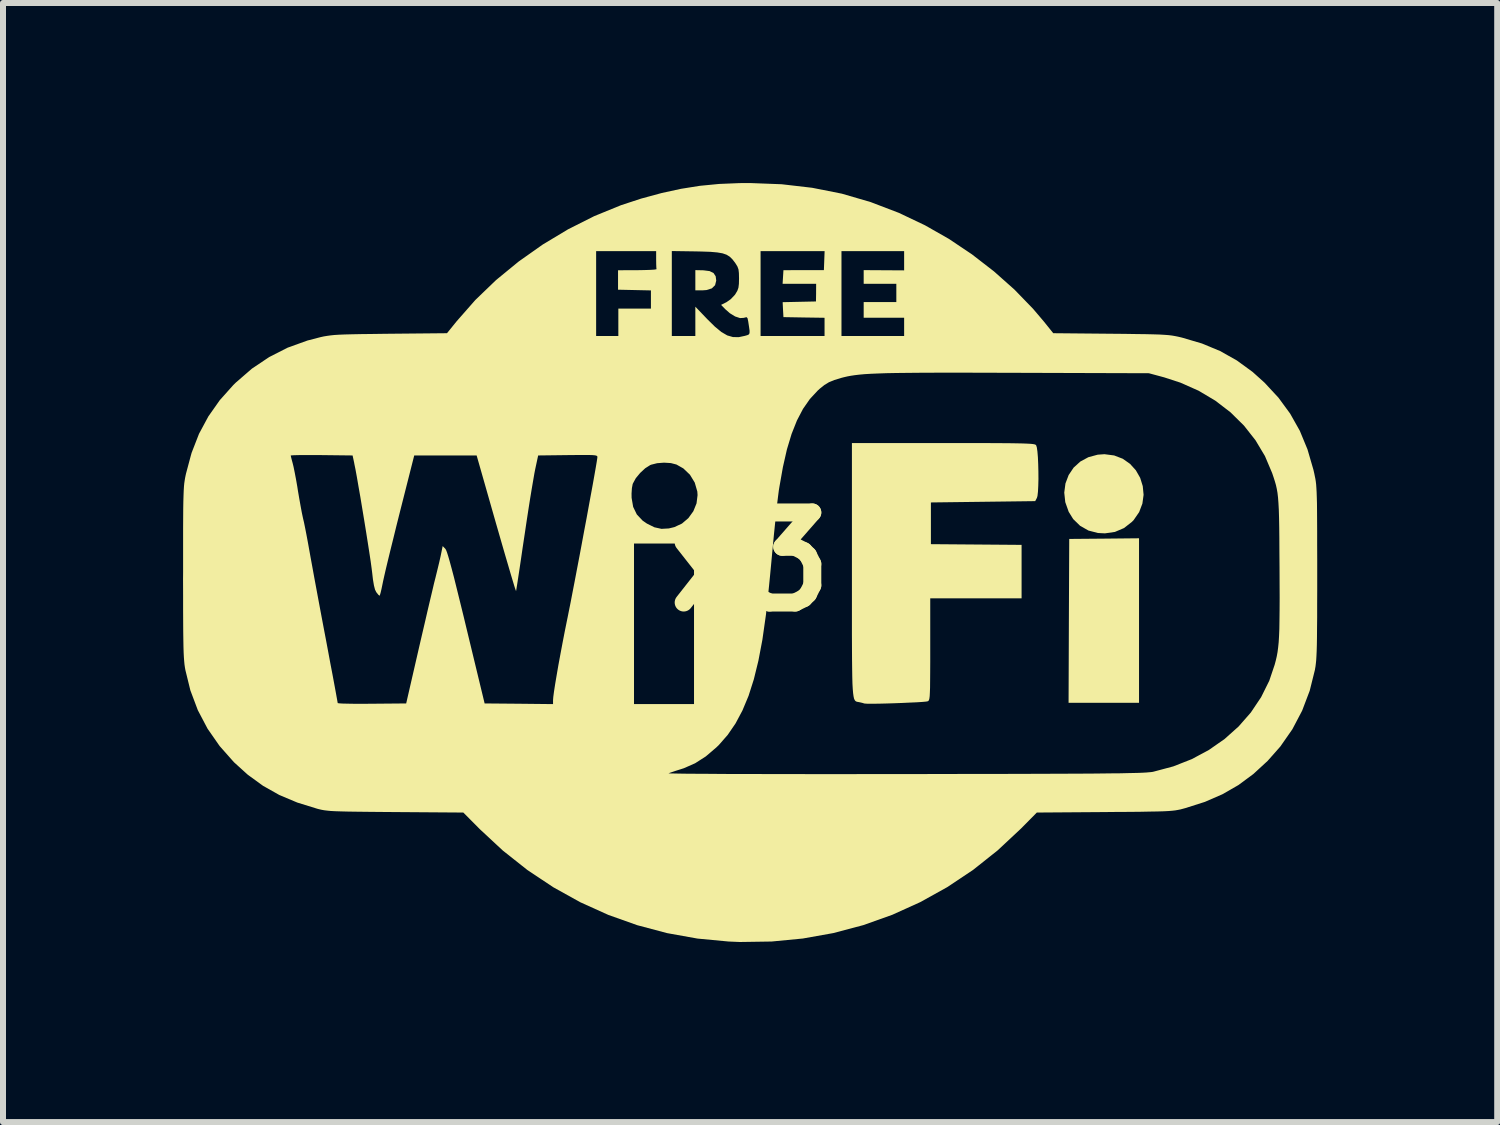
<source format=kicad_pcb>
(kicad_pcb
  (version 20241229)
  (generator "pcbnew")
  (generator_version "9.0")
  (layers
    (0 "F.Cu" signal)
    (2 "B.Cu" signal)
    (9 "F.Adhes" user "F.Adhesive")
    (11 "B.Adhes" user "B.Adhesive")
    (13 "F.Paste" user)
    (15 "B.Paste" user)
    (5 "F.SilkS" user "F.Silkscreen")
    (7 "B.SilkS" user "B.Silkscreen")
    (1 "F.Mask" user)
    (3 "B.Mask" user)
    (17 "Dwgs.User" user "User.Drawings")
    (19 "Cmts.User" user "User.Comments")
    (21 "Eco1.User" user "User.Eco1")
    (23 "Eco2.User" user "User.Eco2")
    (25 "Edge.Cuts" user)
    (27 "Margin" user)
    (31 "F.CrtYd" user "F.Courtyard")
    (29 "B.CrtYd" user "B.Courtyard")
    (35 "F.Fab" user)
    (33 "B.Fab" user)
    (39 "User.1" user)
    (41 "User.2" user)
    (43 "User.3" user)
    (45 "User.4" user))
  (footprint "x3"
    (layer "F.Cu")
    (at 9.449 6.311)
    (property "Reference" "x3" (at 0 0 0) (layer "F.SilkS") (effects (font (size 1.5 1.5) (thickness 0.3))))
    (attr board_only exclude_from_pos_files exclude_from_bom)
    (fp_poly (pts (xy 6.48 0.978) (xy 6.48 2.349) (xy 5.893 2.349) (xy 5.306 2.349) (xy 5.311 0.984) (xy 5.317 -0.381) (xy 5.899 -0.386) (xy 6.48 -0.392)) (stroke (width 0) (type solid)) (fill yes) (layer "F.SilkS"))
    (fp_poly (pts (xy -0.778 -4.857) (xy -0.676 -4.844) (xy -0.61 -4.812) (xy -0.574 -4.757) (xy -0.565 -4.686) (xy -0.584 -4.609) (xy -0.638 -4.556) (xy -0.727 -4.528) (xy -0.797 -4.523) (xy -0.913 -4.523) (xy -0.913 -4.692) (xy -0.913 -4.86)) (stroke (width 0) (type solid)) (fill yes) (layer "F.SilkS"))
    (fp_poly (pts (xy 6.066 -1.772) (xy 6.209 -1.717) (xy 6.33 -1.632) (xy 6.427 -1.525) (xy 6.499 -1.399) (xy 6.542 -1.261) (xy 6.556 -1.116) (xy 6.536 -0.97) (xy 6.482 -0.828) (xy 6.391 -0.696) (xy 6.36 -0.664) (xy 6.229 -0.562) (xy 6.078 -0.498) (xy 5.912 -0.474) (xy 5.795 -0.48) (xy 5.637 -0.521) (xy 5.498 -0.6) (xy 5.383 -0.712) (xy 5.308 -0.833) (xy 5.251 -0.994) (xy 5.234 -1.153) (xy 5.254 -1.305) (xy 5.307 -1.445) (xy 5.39 -1.569) (xy 5.501 -1.67) (xy 5.636 -1.743) (xy 5.792 -1.785) (xy 5.904 -1.793)) (stroke (width 0) (type solid)) (fill yes) (layer "F.SilkS"))
    (fp_poly (pts (xy 3.511 -1.979) (xy 3.766 -1.979) (xy 3.984 -1.978) (xy 4.167 -1.977) (xy 4.319 -1.976) (xy 4.442 -1.974) (xy 4.54 -1.972) (xy 4.615 -1.969) (xy 4.672 -1.966) (xy 4.712 -1.962) (xy 4.739 -1.957) (xy 4.755 -1.951) (xy 4.764 -1.944) (xy 4.765 -1.943) (xy 4.777 -1.907) (xy 4.787 -1.837) (xy 4.795 -1.74) (xy 4.8 -1.626) (xy 4.803 -1.503) (xy 4.804 -1.38) (xy 4.801 -1.266) (xy 4.796 -1.169) (xy 4.788 -1.098) (xy 4.779 -1.066) (xy 4.75 -1.011) (xy 3.881 -1) (xy 3.012 -0.989) (xy 3.012 -0.642) (xy 3.012 -0.294) (xy 3.768 -0.288) (xy 4.523 -0.282) (xy 4.523 0.163) (xy 4.523 0.609) (xy 3.762 0.609) (xy 3.001 0.609) (xy 3.001 1.456) (xy 3.001 1.671) (xy 3 1.847) (xy 2.999 1.987) (xy 2.998 2.096) (xy 2.995 2.178) (xy 2.992 2.237) (xy 2.987 2.277) (xy 2.98 2.302) (xy 2.972 2.316) (xy 2.963 2.323) (xy 2.933 2.329) (xy 2.867 2.335) (xy 2.772 2.341) (xy 2.657 2.346) (xy 2.529 2.352) (xy 2.395 2.357) (xy 2.264 2.361) (xy 2.142 2.364) (xy 2.038 2.365) (xy 1.958 2.365) (xy 1.911 2.362) (xy 1.903 2.361) (xy 1.867 2.35) (xy 1.823 2.34) (xy 1.802 2.336) (xy 1.784 2.333) (xy 1.768 2.328) (xy 1.754 2.319) (xy 1.742 2.303) (xy 1.731 2.278) (xy 1.723 2.24) (xy 1.716 2.189) (xy 1.71 2.12) (xy 1.705 2.032) (xy 1.702 1.921) (xy 1.7 1.786) (xy 1.698 1.624) (xy 1.697 1.433) (xy 1.696 1.209) (xy 1.696 0.951) (xy 1.696 0.655) (xy 1.696 0.32) (xy 1.696 0.14) (xy 1.696 -1.979) (xy 3.216 -1.979)) (stroke (width 0) (type solid)) (fill yes) (layer "F.SilkS"))
    (fp_poly (pts (xy 0.526 -6.291) (xy 1.034 -6.232) (xy 1.528 -6.134) (xy 2.008 -5.994) (xy 2.479 -5.814) (xy 2.914 -5.607) (xy 3.311 -5.381) (xy 3.696 -5.123) (xy 4.063 -4.839) (xy 4.405 -4.535) (xy 4.714 -4.216) (xy 4.89 -4.009) (xy 5.051 -3.809) (xy 6.01 -3.8) (xy 6.24 -3.798) (xy 6.431 -3.795) (xy 6.589 -3.793) (xy 6.716 -3.79) (xy 6.82 -3.787) (xy 6.903 -3.782) (xy 6.971 -3.777) (xy 7.029 -3.77) (xy 7.081 -3.761) (xy 7.131 -3.751) (xy 7.186 -3.738) (xy 7.198 -3.735) (xy 7.53 -3.637) (xy 7.831 -3.512) (xy 8.11 -3.355) (xy 8.372 -3.164) (xy 8.57 -2.986) (xy 8.803 -2.735) (xy 8.998 -2.469) (xy 9.159 -2.183) (xy 9.287 -1.873) (xy 9.386 -1.533) (xy 9.4 -1.472) (xy 9.409 -1.427) (xy 9.418 -1.384) (xy 9.425 -1.34) (xy 9.431 -1.29) (xy 9.435 -1.233) (xy 9.439 -1.163) (xy 9.442 -1.077) (xy 9.445 -0.972) (xy 9.446 -0.844) (xy 9.447 -0.69) (xy 9.448 -0.505) (xy 9.448 -0.286) (xy 9.449 -0.031) (xy 9.449 0.174) (xy 9.449 0.464) (xy 9.448 0.714) (xy 9.448 0.927) (xy 9.446 1.108) (xy 9.445 1.259) (xy 9.443 1.384) (xy 9.44 1.487) (xy 9.436 1.571) (xy 9.432 1.64) (xy 9.426 1.697) (xy 9.42 1.746) (xy 9.412 1.79) (xy 9.412 1.795) (xy 9.324 2.148) (xy 9.198 2.48) (xy 9.035 2.79) (xy 8.835 3.077) (xy 8.623 3.317) (xy 8.385 3.536) (xy 8.136 3.72) (xy 7.87 3.873) (xy 7.578 4) (xy 7.255 4.103) (xy 7.211 4.115) (xy 7.17 4.126) (xy 7.129 4.134) (xy 7.084 4.142) (xy 7.031 4.148) (xy 6.967 4.153) (xy 6.886 4.157) (xy 6.785 4.16) (xy 6.659 4.162) (xy 6.506 4.165) (xy 6.32 4.167) (xy 6.098 4.168) (xy 5.906 4.17) (xy 4.777 4.178) (xy 4.514 4.444) (xy 4.127 4.806) (xy 3.717 5.132) (xy 3.286 5.42) (xy 2.836 5.67) (xy 2.368 5.882) (xy 1.885 6.054) (xy 1.388 6.186) (xy 0.878 6.277) (xy 0.358 6.327) (xy -0.171 6.335) (xy -0.359 6.327) (xy -0.876 6.278) (xy -1.384 6.187) (xy -1.881 6.055) (xy -2.364 5.883) (xy -2.831 5.672) (xy -3.281 5.422) (xy -3.712 5.135) (xy -4.121 4.811) (xy -4.503 4.456) (xy -4.779 4.178) (xy -5.907 4.17) (xy -6.159 4.168) (xy -6.371 4.166) (xy -6.548 4.164) (xy -6.694 4.162) (xy -6.813 4.159) (xy -6.908 4.156) (xy -6.985 4.152) (xy -7.046 4.146) (xy -7.096 4.14) (xy -7.14 4.132) (xy -7.18 4.123) (xy -7.211 4.115) (xy -7.544 4.012) (xy -7.844 3.886) (xy -8.117 3.732) (xy -8.369 3.549) (xy -8.397 3.524) (xy -1.359 3.524) (xy -1.342 3.526) (xy -1.284 3.527) (xy -1.187 3.529) (xy -1.051 3.531) (xy -0.881 3.532) (xy -0.676 3.533) (xy -0.441 3.535) (xy -0.175 3.536) (xy 0.118 3.536) (xy 0.436 3.537) (xy 0.778 3.537) (xy 1.141 3.538) (xy 1.524 3.538) (xy 1.925 3.537) (xy 2.341 3.537) (xy 2.577 3.537) (xy 3.07 3.536) (xy 3.522 3.535) (xy 3.934 3.535) (xy 4.308 3.534) (xy 4.646 3.533) (xy 4.95 3.532) (xy 5.223 3.531) (xy 5.465 3.53) (xy 5.678 3.529) (xy 5.866 3.527) (xy 6.029 3.525) (xy 6.169 3.524) (xy 6.289 3.521) (xy 6.39 3.519) (xy 6.474 3.517) (xy 6.543 3.514) (xy 6.599 3.511) (xy 6.644 3.507) (xy 6.679 3.504) (xy 6.708 3.5) (xy 6.725 3.496) (xy 7.051 3.409) (xy 7.359 3.288) (xy 7.644 3.135) (xy 7.905 2.953) (xy 8.139 2.744) (xy 8.343 2.511) (xy 8.514 2.256) (xy 8.65 1.982) (xy 8.74 1.715) (xy 8.759 1.644) (xy 8.775 1.575) (xy 8.788 1.504) (xy 8.798 1.426) (xy 8.807 1.339) (xy 8.813 1.237) (xy 8.818 1.116) (xy 8.82 0.972) (xy 8.822 0.802) (xy 8.823 0.601) (xy 8.822 0.364) (xy 8.821 0.098) (xy 8.819 -0.166) (xy 8.818 -0.39) (xy 8.816 -0.579) (xy 8.813 -0.737) (xy 8.809 -0.869) (xy 8.803 -0.979) (xy 8.796 -1.071) (xy 8.787 -1.149) (xy 8.775 -1.217) (xy 8.761 -1.28) (xy 8.743 -1.342) (xy 8.722 -1.408) (xy 8.698 -1.479) (xy 8.578 -1.762) (xy 8.42 -2.026) (xy 8.228 -2.27) (xy 8.004 -2.491) (xy 7.751 -2.685) (xy 7.472 -2.851) (xy 7.17 -2.985) (xy 6.9 -3.073) (xy 6.644 -3.142) (xy 4.425 -3.149) (xy 4.032 -3.15) (xy 3.679 -3.151) (xy 3.364 -3.151) (xy 3.086 -3.151) (xy 2.84 -3.15) (xy 2.624 -3.148) (xy 2.436 -3.146) (xy 2.274 -3.143) (xy 2.134 -3.138) (xy 2.013 -3.133) (xy 1.911 -3.127) (xy 1.822 -3.119) (xy 1.746 -3.11) (xy 1.679 -3.1) (xy 1.62 -3.089) (xy 1.564 -3.076) (xy 1.521 -3.065) (xy 1.403 -3.029) (xy 1.313 -2.992) (xy 1.237 -2.946) (xy 1.16 -2.884) (xy 1.125 -2.852) (xy 0.996 -2.713) (xy 0.881 -2.548) (xy 0.78 -2.355) (xy 0.691 -2.131) (xy 0.613 -1.873) (xy 0.546 -1.578) (xy 0.487 -1.244) (xy 0.478 -1.189) (xy 0.466 -1.095) (xy 0.45 -0.966) (xy 0.433 -0.81) (xy 0.415 -0.634) (xy 0.396 -0.447) (xy 0.378 -0.256) (xy 0.37 -0.174) (xy 0.352 0.02) (xy 0.333 0.219) (xy 0.314 0.412) (xy 0.295 0.593) (xy 0.278 0.751) (xy 0.264 0.877) (xy 0.259 0.913) (xy 0.204 1.3) (xy 0.138 1.647) (xy 0.062 1.957) (xy -0.026 2.233) (xy -0.128 2.477) (xy -0.243 2.693) (xy -0.373 2.883) (xy -0.519 3.05) (xy -0.561 3.091) (xy -0.739 3.243) (xy -0.917 3.357) (xy -1.103 3.439) (xy -1.159 3.457) (xy -1.241 3.483) (xy -1.312 3.507) (xy -1.357 3.523) (xy -1.359 3.524) (xy -8.397 3.524) (xy -8.601 3.339) (xy -8.84 3.069) (xy -9.041 2.78) (xy -9.203 2.472) (xy -9.327 2.142) (xy -9.41 1.804) (xy -9.418 1.759) (xy -9.425 1.711) (xy -9.43 1.657) (xy -9.435 1.592) (xy -9.439 1.514) (xy -9.442 1.419) (xy -9.444 1.303) (xy -9.446 1.162) (xy -9.447 0.994) (xy -9.448 0.794) (xy -9.448 0.559) (xy -9.449 0.286) (xy -9.448 0.174) (xy -9.448 -0.11) (xy -9.448 -0.355) (xy -9.448 -0.563) (xy -9.447 -0.738) (xy -9.446 -0.885) (xy -9.444 -1.006) (xy -9.441 -1.105) (xy -9.438 -1.185) (xy -9.434 -1.251) (xy -9.429 -1.306) (xy -9.422 -1.354) (xy -9.415 -1.397) (xy -9.406 -1.441) (xy -9.399 -1.472) (xy -9.319 -1.771) (xy -7.655 -1.771) (xy -7.649 -1.744) (xy -7.635 -1.689) (xy -7.623 -1.645) (xy -7.608 -1.584) (xy -7.589 -1.491) (xy -7.567 -1.376) (xy -7.545 -1.25) (xy -7.535 -1.185) (xy -7.513 -1.056) (xy -7.491 -0.933) (xy -7.471 -0.825) (xy -7.454 -0.744) (xy -7.448 -0.717) (xy -7.434 -0.658) (xy -7.415 -0.565) (xy -7.392 -0.447) (xy -7.367 -0.313) (xy -7.342 -0.174) (xy -7.342 -0.174) (xy -7.322 -0.063) (xy -7.295 0.084) (xy -7.263 0.26) (xy -7.226 0.459) (xy -7.186 0.674) (xy -7.144 0.898) (xy -7.101 1.126) (xy -7.069 1.293) (xy -7.03 1.501) (xy -6.994 1.695) (xy -6.96 1.872) (xy -6.931 2.028) (xy -6.907 2.158) (xy -6.889 2.258) (xy -6.877 2.325) (xy -6.872 2.353) (xy -6.872 2.354) (xy -6.851 2.358) (xy -6.793 2.362) (xy -6.702 2.364) (xy -6.585 2.366) (xy -6.447 2.366) (xy -6.301 2.365) (xy -5.731 2.36) (xy -5.511 1.403) (xy -5.463 1.196) (xy -5.416 0.995) (xy -5.372 0.804) (xy -5.331 0.63) (xy -5.295 0.479) (xy -5.266 0.355) (xy -5.243 0.265) (xy -5.234 0.228) (xy -5.207 0.118) (xy -5.18 0.006) (xy -5.158 -0.091) (xy -5.151 -0.125) (xy -5.123 -0.262) (xy -5.08 -0.218) (xy -5.067 -0.198) (xy -5.051 -0.157) (xy -5.031 -0.094) (xy -5.005 -0.004) (xy -4.973 0.114) (xy -4.934 0.262) (xy -4.889 0.444) (xy -4.835 0.662) (xy -4.772 0.918) (xy -4.73 1.093) (xy -4.424 2.36) (xy -3.854 2.365) (xy -3.284 2.371) (xy -3.284 2.307) (xy -3.28 2.253) (xy -3.268 2.162) (xy -3.249 2.039) (xy -3.224 1.891) (xy -3.195 1.722) (xy -3.161 1.539) (xy -3.125 1.347) (xy -3.087 1.151) (xy -3.063 1.033) (xy -1.935 1.033) (xy -1.935 2.37) (xy -1.435 2.37) (xy -0.935 2.37) (xy -0.935 1.033) (xy -0.935 -0.304) (xy -1.435 -0.304) (xy -1.935 -0.304) (xy -1.935 1.033) (xy -3.063 1.033) (xy -3.048 0.958) (xy -3.043 0.935) (xy -3.02 0.819) (xy -2.991 0.675) (xy -2.959 0.508) (xy -2.923 0.322) (xy -2.885 0.122) (xy -2.845 -0.087) (xy -2.805 -0.301) (xy -2.765 -0.517) (xy -2.725 -0.728) (xy -2.688 -0.931) (xy -2.653 -1.122) (xy -2.65 -1.137) (xy -1.976 -1.137) (xy -1.975 -1.066) (xy -1.949 -0.915) (xy -1.888 -0.789) (xy -1.791 -0.686) (xy -1.72 -0.637) (xy -1.595 -0.575) (xy -1.477 -0.549) (xy -1.354 -0.556) (xy -1.263 -0.578) (xy -1.136 -0.637) (xy -1.029 -0.728) (xy -0.946 -0.843) (xy -0.893 -0.974) (xy -0.876 -1.111) (xy -0.88 -1.171) (xy -0.923 -1.32) (xy -1.003 -1.451) (xy -1.113 -1.556) (xy -1.228 -1.621) (xy -1.321 -1.645) (xy -1.435 -1.652) (xy -1.55 -1.643) (xy -1.649 -1.618) (xy -1.664 -1.612) (xy -1.748 -1.559) (xy -1.832 -1.481) (xy -1.905 -1.393) (xy -1.952 -1.307) (xy -1.957 -1.296) (xy -1.97 -1.227) (xy -1.976 -1.137) (xy -2.65 -1.137) (xy -2.621 -1.295) (xy -2.594 -1.447) (xy -2.572 -1.572) (xy -2.556 -1.667) (xy -2.547 -1.727) (xy -2.545 -1.746) (xy -2.547 -1.758) (xy -2.558 -1.767) (xy -2.583 -1.774) (xy -2.628 -1.778) (xy -2.696 -1.78) (xy -2.794 -1.78) (xy -2.927 -1.779) (xy -3.038 -1.778) (xy -3.532 -1.772) (xy -3.581 -1.544) (xy -3.595 -1.472) (xy -3.614 -1.362) (xy -3.638 -1.222) (xy -3.665 -1.058) (xy -3.694 -0.874) (xy -3.724 -0.679) (xy -3.754 -0.477) (xy -3.762 -0.424) (xy -3.791 -0.232) (xy -3.817 -0.053) (xy -3.841 0.108) (xy -3.862 0.246) (xy -3.879 0.358) (xy -3.892 0.438) (xy -3.899 0.481) (xy -3.9 0.488) (xy -3.907 0.471) (xy -3.925 0.417) (xy -3.952 0.328) (xy -3.988 0.208) (xy -4.031 0.061) (xy -4.081 -0.109) (xy -4.136 -0.299) (xy -4.195 -0.504) (xy -4.232 -0.632) (xy -4.557 -1.772) (xy -5.077 -1.772) (xy -5.597 -1.772) (xy -5.842 -0.805) (xy -5.894 -0.598) (xy -5.943 -0.398) (xy -5.99 -0.209) (xy -6.032 -0.037) (xy -6.068 0.113) (xy -6.096 0.235) (xy -6.116 0.325) (xy -6.124 0.364) (xy -6.142 0.451) (xy -6.158 0.519) (xy -6.17 0.558) (xy -6.175 0.565) (xy -6.195 0.549) (xy -6.226 0.51) (xy -6.228 0.508) (xy -6.25 0.464) (xy -6.268 0.395) (xy -6.285 0.293) (xy -6.297 0.188) (xy -6.307 0.108) (xy -6.323 -0.009) (xy -6.345 -0.154) (xy -6.371 -0.321) (xy -6.4 -0.504) (xy -6.431 -0.695) (xy -6.463 -0.888) (xy -6.494 -1.076) (xy -6.525 -1.252) (xy -6.552 -1.409) (xy -6.576 -1.54) (xy -6.596 -1.638) (xy -6.596 -1.642) (xy -6.624 -1.772) (xy -7.139 -1.778) (xy -7.284 -1.779) (xy -7.413 -1.779) (xy -7.52 -1.778) (xy -7.6 -1.776) (xy -7.646 -1.773) (xy -7.655 -1.771) (xy -9.319 -1.771) (xy -9.306 -1.817) (xy -9.183 -2.133) (xy -9.027 -2.423) (xy -8.837 -2.693) (xy -8.611 -2.946) (xy -8.57 -2.986) (xy -8.301 -3.219) (xy -8.013 -3.412) (xy -7.706 -3.568) (xy -7.376 -3.687) (xy -7.16 -3.743) (xy -7.106 -3.755) (xy -7.052 -3.764) (xy -6.995 -3.772) (xy -6.93 -3.779) (xy -6.851 -3.784) (xy -6.754 -3.788) (xy -6.635 -3.791) (xy -6.488 -3.794) (xy -6.309 -3.796) (xy -6.093 -3.799) (xy -5.999 -3.8) (xy -5.051 -3.809) (xy -4.89 -4.008) (xy -4.579 -4.362) (xy -4.468 -4.469) (xy -2.566 -4.469) (xy -2.566 -3.762) (xy -2.381 -3.762) (xy -2.196 -3.762) (xy -2.196 -3.99) (xy -2.196 -4.219) (xy -1.925 -4.219) (xy -1.653 -4.219) (xy -1.653 -4.37) (xy -1.653 -4.47) (xy -1.305 -4.47) (xy -1.305 -3.762) (xy -1.109 -3.762) (xy -0.913 -3.762) (xy -0.913 -4.007) (xy -0.913 -4.251) (xy -0.712 -4.041) (xy -0.587 -3.918) (xy -0.479 -3.829) (xy -0.381 -3.772) (xy -0.287 -3.745) (xy -0.191 -3.743) (xy -0.087 -3.765) (xy -0.084 -3.766) (xy -0.045 -3.777) (xy -0.021 -3.789) (xy -0.01 -3.81) (xy -0.009 -3.849) (xy -0.018 -3.914) (xy -0.032 -4.006) (xy -0.043 -4.058) (xy -0.059 -4.076) (xy -0.092 -4.069) (xy -0.102 -4.065) (xy -0.168 -4.061) (xy -0.25 -4.088) (xy -0.338 -4.142) (xy -0.411 -4.206) (xy -0.484 -4.281) (xy -0.394 -4.326) (xy -0.323 -4.376) (xy -0.258 -4.444) (xy -0.245 -4.462) (xy -0.241 -4.469) (xy 0.174 -4.469) (xy 0.174 -3.762) (xy 0.707 -3.762) (xy 1.24 -3.762) (xy 1.24 -3.914) (xy 1.24 -4.066) (xy 0.897 -4.071) (xy 0.555 -4.077) (xy 0.548 -4.202) (xy 0.542 -4.326) (xy 0.819 -4.332) (xy 1.097 -4.338) (xy 1.099 -4.469) (xy 1.522 -4.469) (xy 1.522 -3.762) (xy 2.044 -3.762) (xy 2.566 -3.762) (xy 2.566 -3.914) (xy 2.566 -4.067) (xy 2.229 -4.067) (xy 1.892 -4.067) (xy 1.892 -4.197) (xy 1.892 -4.328) (xy 2.164 -4.328) (xy 2.436 -4.328) (xy 2.436 -4.48) (xy 2.436 -4.632) (xy 2.164 -4.632) (xy 1.892 -4.632) (xy 1.892 -4.746) (xy 1.892 -4.86) (xy 2.229 -4.858) (xy 2.566 -4.856) (xy 2.566 -5.016) (xy 2.566 -5.176) (xy 2.044 -5.176) (xy 1.522 -5.176) (xy 1.522 -4.469) (xy 1.099 -4.469) (xy 1.099 -4.485) (xy 1.1 -4.632) (xy 0.821 -4.632) (xy 0.541 -4.632) (xy 0.548 -4.745) (xy 0.555 -4.859) (xy 0.892 -4.86) (xy 1.229 -4.86) (xy 1.235 -5.018) (xy 1.241 -5.176) (xy 0.708 -5.176) (xy 0.174 -5.176) (xy 0.174 -4.469) (xy -0.241 -4.469) (xy -0.213 -4.516) (xy -0.195 -4.567) (xy -0.187 -4.631) (xy -0.185 -4.721) (xy -0.187 -4.811) (xy -0.194 -4.872) (xy -0.212 -4.921) (xy -0.243 -4.971) (xy -0.25 -4.982) (xy -0.295 -5.04) (xy -0.34 -5.084) (xy -0.393 -5.117) (xy -0.46 -5.14) (xy -0.548 -5.155) (xy -0.663 -5.165) (xy -0.812 -5.17) (xy -0.897 -5.172) (xy -1.305 -5.178) (xy -1.305 -4.47) (xy -1.653 -4.47) (xy -1.653 -4.522) (xy -1.927 -4.528) (xy -2.201 -4.534) (xy -2.201 -4.696) (xy -2.201 -4.858) (xy -1.878 -4.859) (xy -1.766 -4.861) (xy -1.671 -4.864) (xy -1.601 -4.868) (xy -1.564 -4.874) (xy -1.56 -4.877) (xy -1.563 -4.905) (xy -1.565 -4.964) (xy -1.566 -5.034) (xy -1.566 -5.176) (xy -2.066 -5.176) (xy -2.566 -5.176) (xy -2.566 -4.469) (xy -4.468 -4.469) (xy -4.233 -4.695) (xy -3.856 -5.004) (xy -3.455 -5.287) (xy -3.034 -5.54) (xy -2.597 -5.76) (xy -2.151 -5.942) (xy -1.816 -6.052) (xy -1.473 -6.145) (xy -1.151 -6.215) (xy -0.837 -6.265) (xy -0.517 -6.296) (xy -0.177 -6.31) (xy 0 -6.311)) (stroke (width 0) (type solid)) (fill yes) (layer "F.SilkS")))
  (gr_rect
    (start -3 -3)
    (end 21.897 15.646)
    (stroke (width 0.1) (type default))
    (fill no)
    (layer "Edge.Cuts")))
</source>
